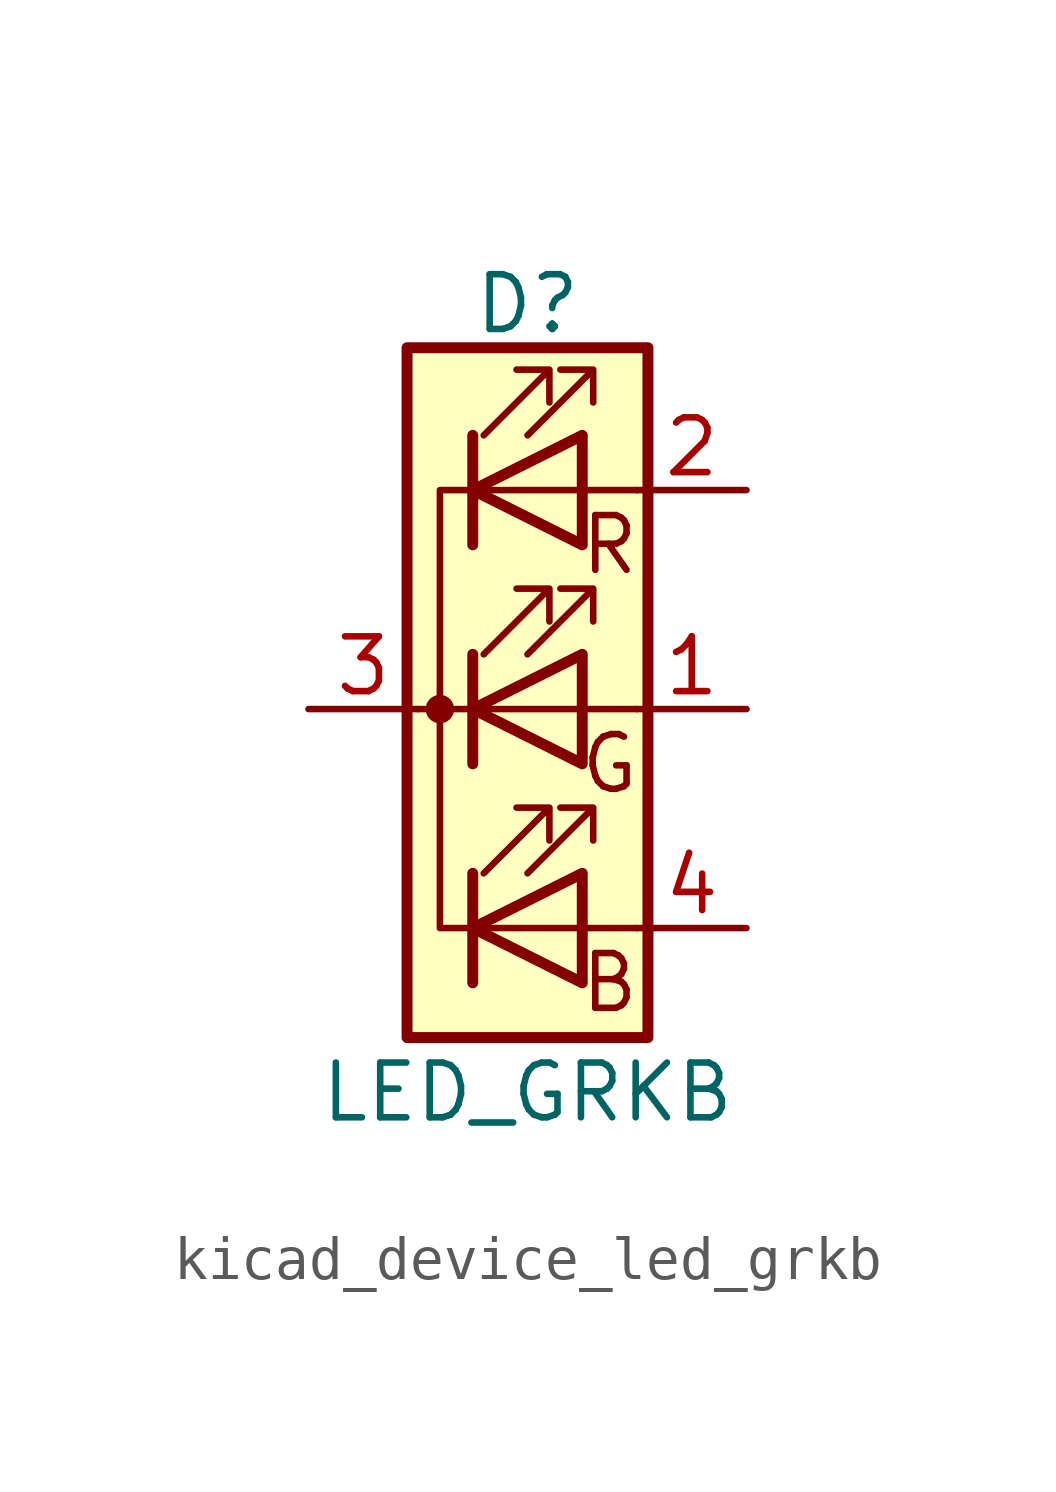
<source format=kicad_sym>
(kicad_symbol_lib
  (version 20220914)
  (generator kicad_symbol_editor)
  (symbol "kicad_device_led_grkb"
    (pin_names
      (offset 0) hide)
    (property "Reference" "D"
      (at 0 9.398 0)
      (effects (font (size 1.27 1.27))))
    (property "Value" "LED_GRKB"
      (at 0 -8.89 0)
      (effects (font (size 1.27 1.27))))
    (symbol "kicad_device_led_grkb_0_0"
      (text "B" (at 1.905 -6.35 0) (effects (font (size 1.27 1.27))))
      (text "G" (at 1.905 -1.27 0) (effects (font (size 1.27 1.27))))
      (text "R" (at 1.905 3.81 0) (effects (font (size 1.27 1.27)))))
    (symbol "kicad_device_led_grkb_0_1"
      (circle (center -2.032 0) (radius 0.254) (stroke (width 0) (type default)) (fill (type outline)))
      (polyline (pts (xy -1.27 -5.08) (xy 1.27 -5.08)) (stroke (width 0) (type default)) (fill (type none)))
      (polyline (pts (xy -1.27 -3.81) (xy -1.27 -6.35)) (stroke (width 0.254) (type default)) (fill (type none)))
      (polyline (pts (xy -1.27 0) (xy -2.54 0)) (stroke (width 0) (type default)) (fill (type none)))
      (polyline (pts (xy -1.27 1.27) (xy -1.27 -1.27)) (stroke (width 0.254) (type default)) (fill (type none)))
      (polyline (pts (xy -1.27 5.08) (xy 1.27 5.08)) (stroke (width 0) (type default)) (fill (type none)))
      (polyline (pts (xy -1.27 6.35) (xy -1.27 3.81)) (stroke (width 0.254) (type default)) (fill (type none)))
      (polyline (pts (xy 1.27 -5.08) (xy 2.54 -5.08)) (stroke (width 0) (type default)) (fill (type none)))
      (polyline (pts (xy 1.27 0) (xy -1.27 0)) (stroke (width 0) (type default)) (fill (type none)))
      (polyline (pts (xy 1.27 0) (xy 2.54 0)) (stroke (width 0) (type default)) (fill (type none)))
      (polyline (pts (xy 1.27 5.08) (xy 2.54 5.08)) (stroke (width 0) (type default)) (fill (type none)))
      (polyline (pts (xy -1.27 1.27) (xy -1.27 -1.27) (xy -1.27 -1.27)) (stroke (width 0) (type default)) (fill (type none)))
      (polyline (pts (xy -1.27 6.35) (xy -1.27 3.81) (xy -1.27 3.81)) (stroke (width 0) (type default)) (fill (type none)))
      (polyline (pts (xy -1.27 5.08) (xy -2.032 5.08) (xy -2.032 -5.08) (xy -1.016 -5.08)) (stroke (width 0) (type default)) (fill (type none)))
      (polyline (pts (xy 1.27 -3.81) (xy 1.27 -6.35) (xy -1.27 -5.08) (xy 1.27 -3.81)) (stroke (width 0.254) (type default)) (fill (type none)))
      (polyline (pts (xy 1.27 1.27) (xy 1.27 -1.27) (xy -1.27 0) (xy 1.27 1.27)) (stroke (width 0.254) (type default)) (fill (type none)))
      (polyline (pts (xy 1.27 6.35) (xy 1.27 3.81) (xy -1.27 5.08) (xy 1.27 6.35)) (stroke (width 0.254) (type default)) (fill (type none)))
      (polyline (pts (xy -1.016 -3.81) (xy 0.508 -2.286) (xy -0.254 -2.286) (xy 0.508 -2.286) (xy 0.508 -3.048)) (stroke (width 0) (type default)) (fill (type none)))
      (polyline (pts (xy -1.016 1.27) (xy 0.508 2.794) (xy -0.254 2.794) (xy 0.508 2.794) (xy 0.508 2.032)) (stroke (width 0) (type default)) (fill (type none)))
      (polyline (pts (xy -1.016 6.35) (xy 0.508 7.874) (xy -0.254 7.874) (xy 0.508 7.874) (xy 0.508 7.112)) (stroke (width 0) (type default)) (fill (type none)))
      (polyline (pts (xy 0 -3.81) (xy 1.524 -2.286) (xy 0.762 -2.286) (xy 1.524 -2.286) (xy 1.524 -3.048)) (stroke (width 0) (type default)) (fill (type none)))
      (polyline (pts (xy 0 1.27) (xy 1.524 2.794) (xy 0.762 2.794) (xy 1.524 2.794) (xy 1.524 2.032)) (stroke (width 0) (type default)) (fill (type none)))
      (polyline (pts (xy 0 6.35) (xy 1.524 7.874) (xy 0.762 7.874) (xy 1.524 7.874) (xy 1.524 7.112)) (stroke (width 0) (type default)) (fill (type none)))
      (rectangle (start 1.27 -1.27) (end 1.27 1.27) (stroke (width 0) (type default)) (fill (type none)))
      (rectangle (start 1.27 1.27) (end 1.27 1.27) (stroke (width 0) (type default)) (fill (type none)))
      (rectangle (start 1.27 3.81) (end 1.27 6.35) (stroke (width 0) (type default)) (fill (type none)))
      (rectangle (start 1.27 6.35) (end 1.27 6.35) (stroke (width 0) (type default)) (fill (type none)))
      (rectangle (start 2.794 8.382) (end -2.794 -7.62) (stroke (width 0.254) (type default)) (fill (type background))))
    (symbol "kicad_device_led_grkb_1_1"
      (pin passive line (at 5.08 0 180) (length 2.54) (name "GA" (effects (font (size 1.27 1.27)))) (number "1" (effects (font (size 1.27 1.27)))))
      (pin passive line (at 5.08 5.08 180) (length 2.54) (name "RA" (effects (font (size 1.27 1.27)))) (number "2" (effects (font (size 1.27 1.27)))))
      (pin passive line (at -5.08 0 0) (length 2.54) (name "K" (effects (font (size 1.27 1.27)))) (number "3" (effects (font (size 1.27 1.27)))))
      (pin passive line (at 5.08 -5.08 180) (length 2.54) (name "BA" (effects (font (size 1.27 1.27)))) (number "4" (effects (font (size 1.27 1.27))))))))
</source>
